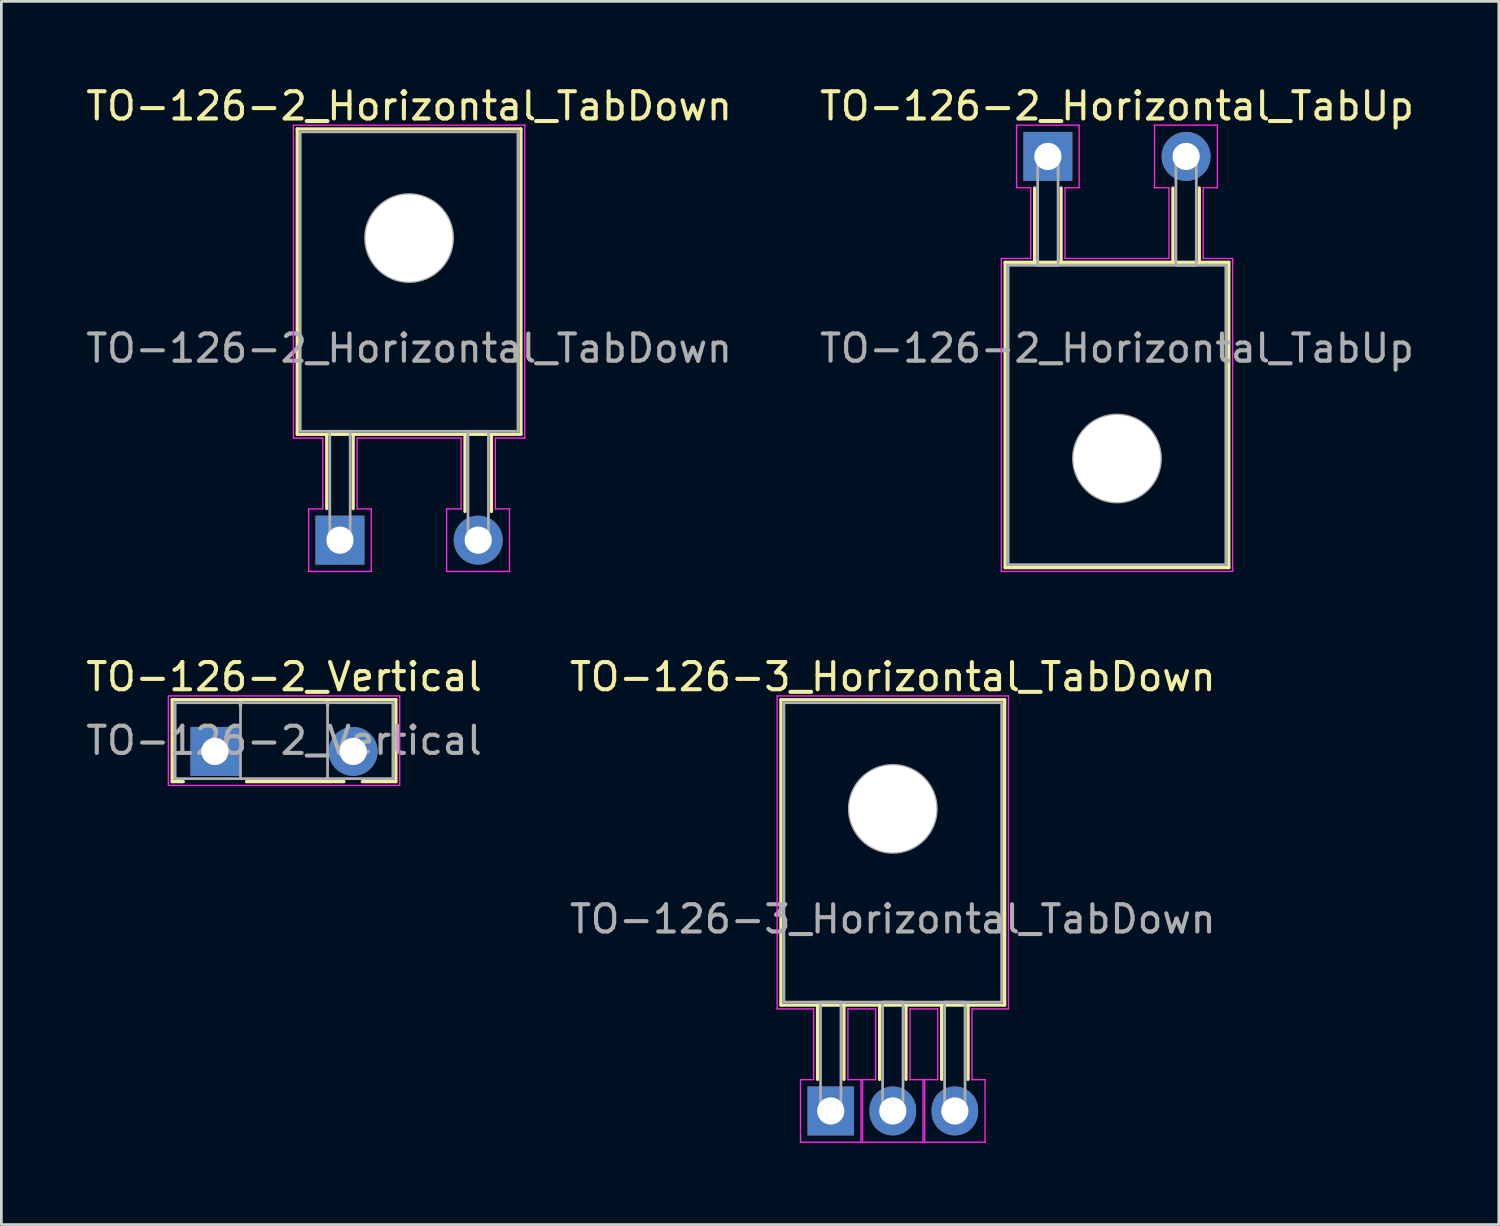
<source format=kicad_pcb>
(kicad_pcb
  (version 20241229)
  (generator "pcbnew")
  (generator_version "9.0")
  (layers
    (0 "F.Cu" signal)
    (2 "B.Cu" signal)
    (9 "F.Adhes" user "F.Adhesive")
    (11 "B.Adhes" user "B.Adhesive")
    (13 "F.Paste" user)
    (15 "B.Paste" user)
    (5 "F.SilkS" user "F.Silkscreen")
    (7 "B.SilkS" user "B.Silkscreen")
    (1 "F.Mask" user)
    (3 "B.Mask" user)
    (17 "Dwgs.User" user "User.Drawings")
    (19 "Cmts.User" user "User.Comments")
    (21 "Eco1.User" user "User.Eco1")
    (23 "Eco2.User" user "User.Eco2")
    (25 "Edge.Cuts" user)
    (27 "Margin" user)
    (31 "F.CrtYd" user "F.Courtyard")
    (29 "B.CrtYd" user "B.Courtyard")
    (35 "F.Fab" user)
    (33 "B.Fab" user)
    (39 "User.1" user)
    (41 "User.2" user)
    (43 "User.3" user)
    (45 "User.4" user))
  (footprint "TO-126-2_Horizontal_TabDown"
    (layer "F.Cu")
    (at 9.442 16.798)
    (property "Reference" "TO-126-2_Horizontal_TabDown" (at 2.54 -15.95 0) (layer "F.SilkS") (effects (font (size 1 1) (thickness 0.15))))
    (attr through_hole)
    (fp_line (start -1.57 -15.11) (end 6.65 -15.11) (stroke (width 0.12) (type solid)) (layer "F.SilkS"))
    (fp_line (start -1.57 -3.89) (end -1.57 -15.11) (stroke (width 0.12) (type solid)) (layer "F.SilkS"))
    (fp_line (start -1.57 -3.89) (end 6.65 -3.89) (stroke (width 0.12) (type solid)) (layer "F.SilkS"))
    (fp_line (start -0.485 -3.89) (end -0.485 -1.16) (stroke (width 0.12) (type solid)) (layer "F.SilkS"))
    (fp_line (start 0.485 -3.89) (end 0.485 -1.16) (stroke (width 0.12) (type solid)) (layer "F.SilkS"))
    (fp_line (start 4.595 -3.89) (end 4.595 -1.054) (stroke (width 0.12) (type solid)) (layer "F.SilkS"))
    (fp_line (start 5.565 -3.89) (end 5.565 -1.054) (stroke (width 0.12) (type solid)) (layer "F.SilkS"))
    (fp_line (start 6.65 -3.89) (end 6.65 -15.11) (stroke (width 0.12) (type solid)) (layer "F.SilkS"))
    (fp_line (start -1.71 -15.25) (end 6.79 -15.25) (stroke (width 0.05) (type solid)) (layer "F.CrtYd"))
    (fp_line (start -1.71 -3.75) (end -1.71 -15.25) (stroke (width 0.05) (type solid)) (layer "F.CrtYd"))
    (fp_line (start -1.15 -1.15) (end -0.63 -1.15) (stroke (width 0.05) (type solid)) (layer "F.CrtYd"))
    (fp_line (start -1.15 1.15) (end -1.15 -1.15) (stroke (width 0.05) (type solid)) (layer "F.CrtYd"))
    (fp_line (start -0.63 -3.75) (end -1.71 -3.75) (stroke (width 0.05) (type solid)) (layer "F.CrtYd"))
    (fp_line (start -0.63 -1.15) (end -0.63 -3.75) (stroke (width 0.05) (type solid)) (layer "F.CrtYd"))
    (fp_line (start 0.63 -3.75) (end 0.63 -1.15) (stroke (width 0.05) (type solid)) (layer "F.CrtYd"))
    (fp_line (start 0.63 -1.15) (end 1.15 -1.15) (stroke (width 0.05) (type solid)) (layer "F.CrtYd"))
    (fp_line (start 1.15 -1.15) (end 1.15 1.15) (stroke (width 0.05) (type solid)) (layer "F.CrtYd"))
    (fp_line (start 1.15 1.15) (end -1.15 1.15) (stroke (width 0.05) (type solid)) (layer "F.CrtYd"))
    (fp_line (start 3.92 -1.15) (end 4.45 -1.15) (stroke (width 0.05) (type solid)) (layer "F.CrtYd"))
    (fp_line (start 3.92 1.15) (end 3.92 -1.15) (stroke (width 0.05) (type solid)) (layer "F.CrtYd"))
    (fp_line (start 4.45 -3.75) (end 0.63 -3.75) (stroke (width 0.05) (type solid)) (layer "F.CrtYd"))
    (fp_line (start 4.45 -1.15) (end 4.45 -3.75) (stroke (width 0.05) (type solid)) (layer "F.CrtYd"))
    (fp_line (start 5.71 -3.75) (end 5.71 -1.15) (stroke (width 0.05) (type solid)) (layer "F.CrtYd"))
    (fp_line (start 5.71 -1.15) (end 6.23 -1.15) (stroke (width 0.05) (type solid)) (layer "F.CrtYd"))
    (fp_line (start 6.23 -1.15) (end 6.23 1.15) (stroke (width 0.05) (type solid)) (layer "F.CrtYd"))
    (fp_line (start 6.23 1.15) (end 3.92 1.15) (stroke (width 0.05) (type solid)) (layer "F.CrtYd"))
    (fp_line (start 6.79 -15.25) (end 6.79 -3.75) (stroke (width 0.05) (type solid)) (layer "F.CrtYd"))
    (fp_line (start 6.79 -3.75) (end 5.71 -3.75) (stroke (width 0.05) (type solid)) (layer "F.CrtYd"))
    (fp_rect (start -1.46 -15) (end 6.54 -4) (stroke (width 0.1) (type solid)) (fill no) (layer "F.Fab"))
    (fp_rect (start -0.375 -4) (end 0.375 0) (stroke (width 0.1) (type solid)) (fill no) (layer "F.Fab"))
    (fp_rect (start 4.705 -4) (end 5.455 0) (stroke (width 0.1) (type solid)) (fill no) (layer "F.Fab"))
    (fp_circle (center 2.54 -11.1) (end 4.14 -11.1) (stroke (width 0.1) (type solid)) (fill no) (layer "F.Fab"))
    (fp_text user "${REFERENCE}" (at 2.54 -7.05 0) (layer "F.Fab") (effects (font (size 1 1) (thickness 0.15))))
    (pad "" np_thru_hole circle (at 2.54 -11.1) (size 3.2 3.2) (drill 3.2) (layers "*.Cu" "*.Mask"))
    (pad "1" thru_hole rect (at 0 0) (size 1.8 1.8) (drill 1) (layers "*.Cu" "*.Mask"))
    (pad "2" thru_hole circle (at 5.08 0) (size 1.8 1.8) (drill 1) (layers "*.Cu" "*.Mask")))
  (footprint "TO-126-3_Horizontal_TabDown"
    (layer "F.Cu")
    (at 27.476 37.772)
    (property "Reference" "TO-126-3_Horizontal_TabDown" (at 2.28 -15.95 0) (layer "F.SilkS") (effects (font (size 1 1) (thickness 0.15))))
    (attr through_hole)
    (fp_line (start -1.83 -15.11) (end 6.39 -15.11) (stroke (width 0.12) (type solid)) (layer "F.SilkS"))
    (fp_line (start -1.83 -3.89) (end -1.83 -15.11) (stroke (width 0.12) (type solid)) (layer "F.SilkS"))
    (fp_line (start -1.83 -3.89) (end 6.39 -3.89) (stroke (width 0.12) (type solid)) (layer "F.SilkS"))
    (fp_line (start -0.485 -3.89) (end -0.485 -1.16) (stroke (width 0.12) (type solid)) (layer "F.SilkS"))
    (fp_line (start 0.485 -3.89) (end 0.485 -1.16) (stroke (width 0.12) (type solid)) (layer "F.SilkS"))
    (fp_line (start 1.795 -3.89) (end 1.795 -1.16) (stroke (width 0.12) (type solid)) (layer "F.SilkS"))
    (fp_line (start 2.765 -3.89) (end 2.765 -1.16) (stroke (width 0.12) (type solid)) (layer "F.SilkS"))
    (fp_line (start 4.075 -3.89) (end 4.075 -1.16) (stroke (width 0.12) (type solid)) (layer "F.SilkS"))
    (fp_line (start 5.045 -3.89) (end 5.045 -1.16) (stroke (width 0.12) (type solid)) (layer "F.SilkS"))
    (fp_line (start 6.39 -3.89) (end 6.39 -15.11) (stroke (width 0.12) (type solid)) (layer "F.SilkS"))
    (fp_line (start -1.97 -15.25) (end 6.53 -15.25) (stroke (width 0.05) (type solid)) (layer "F.CrtYd"))
    (fp_line (start -1.97 -3.75) (end -1.97 -15.25) (stroke (width 0.05) (type solid)) (layer "F.CrtYd"))
    (fp_line (start -1.11 -1.15) (end -0.63 -1.15) (stroke (width 0.05) (type solid)) (layer "F.CrtYd"))
    (fp_line (start -1.11 1.15) (end -1.11 -1.15) (stroke (width 0.05) (type solid)) (layer "F.CrtYd"))
    (fp_line (start -0.63 -3.75) (end -1.97 -3.75) (stroke (width 0.05) (type solid)) (layer "F.CrtYd"))
    (fp_line (start -0.63 -1.15) (end -0.63 -3.75) (stroke (width 0.05) (type solid)) (layer "F.CrtYd"))
    (fp_line (start 0.63 -3.75) (end 0.63 -1.15) (stroke (width 0.05) (type solid)) (layer "F.CrtYd"))
    (fp_line (start 0.63 -1.15) (end 1.11 -1.15) (stroke (width 0.05) (type solid)) (layer "F.CrtYd"))
    (fp_line (start 1.11 -1.15) (end 1.11 1.15) (stroke (width 0.05) (type solid)) (layer "F.CrtYd"))
    (fp_line (start 1.11 1.15) (end -1.11 1.15) (stroke (width 0.05) (type solid)) (layer "F.CrtYd"))
    (fp_line (start 1.17 -1.15) (end 1.65 -1.15) (stroke (width 0.05) (type solid)) (layer "F.CrtYd"))
    (fp_line (start 1.17 1.15) (end 1.17 -1.15) (stroke (width 0.05) (type solid)) (layer "F.CrtYd"))
    (fp_line (start 1.65 -3.75) (end 0.63 -3.75) (stroke (width 0.05) (type solid)) (layer "F.CrtYd"))
    (fp_line (start 1.65 -1.15) (end 1.65 -3.75) (stroke (width 0.05) (type solid)) (layer "F.CrtYd"))
    (fp_line (start 2.91 -3.75) (end 2.91 -1.15) (stroke (width 0.05) (type solid)) (layer "F.CrtYd"))
    (fp_line (start 2.91 -1.15) (end 3.39 -1.15) (stroke (width 0.05) (type solid)) (layer "F.CrtYd"))
    (fp_line (start 3.39 -1.15) (end 3.39 1.15) (stroke (width 0.05) (type solid)) (layer "F.CrtYd"))
    (fp_line (start 3.39 1.15) (end 1.17 1.15) (stroke (width 0.05) (type solid)) (layer "F.CrtYd"))
    (fp_line (start 3.45 -1.15) (end 3.93 -1.15) (stroke (width 0.05) (type solid)) (layer "F.CrtYd"))
    (fp_line (start 3.45 1.15) (end 3.45 -1.15) (stroke (width 0.05) (type solid)) (layer "F.CrtYd"))
    (fp_line (start 3.93 -3.75) (end 2.91 -3.75) (stroke (width 0.05) (type solid)) (layer "F.CrtYd"))
    (fp_line (start 3.93 -1.15) (end 3.93 -3.75) (stroke (width 0.05) (type solid)) (layer "F.CrtYd"))
    (fp_line (start 5.19 -3.75) (end 5.19 -1.15) (stroke (width 0.05) (type solid)) (layer "F.CrtYd"))
    (fp_line (start 5.19 -1.15) (end 5.67 -1.15) (stroke (width 0.05) (type solid)) (layer "F.CrtYd"))
    (fp_line (start 5.67 -1.15) (end 5.67 1.15) (stroke (width 0.05) (type solid)) (layer "F.CrtYd"))
    (fp_line (start 5.67 1.15) (end 3.45 1.15) (stroke (width 0.05) (type solid)) (layer "F.CrtYd"))
    (fp_line (start 6.53 -15.25) (end 6.53 -3.75) (stroke (width 0.05) (type solid)) (layer "F.CrtYd"))
    (fp_line (start 6.53 -3.75) (end 5.19 -3.75) (stroke (width 0.05) (type solid)) (layer "F.CrtYd"))
    (fp_rect (start -1.72 -15) (end 6.28 -4) (stroke (width 0.1) (type solid)) (fill no) (layer "F.Fab"))
    (fp_rect (start -0.375 -4) (end 0.375 0) (stroke (width 0.1) (type solid)) (fill no) (layer "F.Fab"))
    (fp_rect (start 1.905 -4) (end 2.655 0) (stroke (width 0.1) (type solid)) (fill no) (layer "F.Fab"))
    (fp_rect (start 4.185 -4) (end 4.935 0) (stroke (width 0.1) (type solid)) (fill no) (layer "F.Fab"))
    (fp_circle (center 2.28 -11.1) (end 3.88 -11.1) (stroke (width 0.1) (type solid)) (fill no) (layer "F.Fab"))
    (fp_text user "${REFERENCE}" (at 2.28 -7.05 0) (layer "F.Fab") (effects (font (size 1 1) (thickness 0.15))))
    (pad "" np_thru_hole circle (at 2.28 -11.1) (size 3.2 3.2) (drill 3.2) (layers "*.Cu" "*.Mask"))
    (pad "1" thru_hole rect (at 0 0) (size 1.71 1.8) (drill 1) (layers "*.Cu" "*.Mask"))
    (pad "2" thru_hole oval (at 2.28 0) (size 1.71 1.8) (drill 1) (layers "*.Cu" "*.Mask"))
    (pad "3" thru_hole oval (at 4.56 0) (size 1.71 1.8) (drill 1) (layers "*.Cu" "*.Mask")))
  (footprint "TO-126-2_Horizontal_TabUp"
    (layer "F.Cu")
    (at 35.454 2.698)
    (property "Reference" "TO-126-2_Horizontal_TabUp" (at 2.54 -1.85 0) (layer "F.SilkS") (effects (font (size 1 1) (thickness 0.15))))
    (attr through_hole)
    (fp_line (start -1.57 3.89) (end -1.57 15.11) (stroke (width 0.12) (type solid)) (layer "F.SilkS"))
    (fp_line (start -1.57 3.89) (end 6.65 3.89) (stroke (width 0.12) (type solid)) (layer "F.SilkS"))
    (fp_line (start -1.57 15.11) (end 6.65 15.11) (stroke (width 0.12) (type solid)) (layer "F.SilkS"))
    (fp_line (start -0.485 3.89) (end -0.485 1.16) (stroke (width 0.12) (type solid)) (layer "F.SilkS"))
    (fp_line (start 0.485 3.89) (end 0.485 1.16) (stroke (width 0.12) (type solid)) (layer "F.SilkS"))
    (fp_line (start 4.595 3.89) (end 4.595 1.16) (stroke (width 0.12) (type solid)) (layer "F.SilkS"))
    (fp_line (start 5.565 3.89) (end 5.565 1.16) (stroke (width 0.12) (type solid)) (layer "F.SilkS"))
    (fp_line (start 6.65 3.89) (end 6.65 15.11) (stroke (width 0.12) (type solid)) (layer "F.SilkS"))
    (fp_line (start -1.71 3.75) (end -0.63 3.75) (stroke (width 0.05) (type solid)) (layer "F.CrtYd"))
    (fp_line (start -1.71 15.25) (end -1.71 3.75) (stroke (width 0.05) (type solid)) (layer "F.CrtYd"))
    (fp_line (start -1.15 -1.15) (end 1.15 -1.15) (stroke (width 0.05) (type solid)) (layer "F.CrtYd"))
    (fp_line (start -1.15 1.15) (end -1.15 -1.15) (stroke (width 0.05) (type solid)) (layer "F.CrtYd"))
    (fp_line (start -0.63 1.15) (end -1.15 1.15) (stroke (width 0.05) (type solid)) (layer "F.CrtYd"))
    (fp_line (start -0.63 3.75) (end -0.63 1.15) (stroke (width 0.05) (type solid)) (layer "F.CrtYd"))
    (fp_line (start 0.63 1.15) (end 0.63 3.75) (stroke (width 0.05) (type solid)) (layer "F.CrtYd"))
    (fp_line (start 0.63 3.75) (end 4.45 3.75) (stroke (width 0.05) (type solid)) (layer "F.CrtYd"))
    (fp_line (start 1.15 -1.15) (end 1.15 1.15) (stroke (width 0.05) (type solid)) (layer "F.CrtYd"))
    (fp_line (start 1.15 1.15) (end 0.63 1.15) (stroke (width 0.05) (type solid)) (layer "F.CrtYd"))
    (fp_line (start 3.92 -1.15) (end 6.23 -1.15) (stroke (width 0.05) (type solid)) (layer "F.CrtYd"))
    (fp_line (start 3.92 1.15) (end 3.92 -1.15) (stroke (width 0.05) (type solid)) (layer "F.CrtYd"))
    (fp_line (start 4.45 1.15) (end 3.92 1.15) (stroke (width 0.05) (type solid)) (layer "F.CrtYd"))
    (fp_line (start 4.45 3.75) (end 4.45 1.15) (stroke (width 0.05) (type solid)) (layer "F.CrtYd"))
    (fp_line (start 5.71 1.15) (end 5.71 3.75) (stroke (width 0.05) (type solid)) (layer "F.CrtYd"))
    (fp_line (start 5.71 3.75) (end 6.79 3.75) (stroke (width 0.05) (type solid)) (layer "F.CrtYd"))
    (fp_line (start 6.23 -1.15) (end 6.23 1.15) (stroke (width 0.05) (type solid)) (layer "F.CrtYd"))
    (fp_line (start 6.23 1.15) (end 5.71 1.15) (stroke (width 0.05) (type solid)) (layer "F.CrtYd"))
    (fp_line (start 6.79 3.75) (end 6.79 15.25) (stroke (width 0.05) (type solid)) (layer "F.CrtYd"))
    (fp_line (start 6.79 15.25) (end -1.71 15.25) (stroke (width 0.05) (type solid)) (layer "F.CrtYd"))
    (fp_rect (start -1.46 4) (end 6.54 15) (stroke (width 0.1) (type solid)) (fill no) (layer "F.Fab"))
    (fp_rect (start -0.375 0) (end 0.375 4) (stroke (width 0.1) (type solid)) (fill no) (layer "F.Fab"))
    (fp_rect (start 4.705 0) (end 5.455 4) (stroke (width 0.1) (type solid)) (fill no) (layer "F.Fab"))
    (fp_circle (center 2.54 11.1) (end 4.14 11.1) (stroke (width 0.1) (type solid)) (fill no) (layer "F.Fab"))
    (fp_text user "${REFERENCE}" (at 2.54 7.05 0) (layer "F.Fab") (effects (font (size 1 1) (thickness 0.15))))
    (pad "" np_thru_hole circle (at 2.54 11.1) (size 3.2 3.2) (drill 3.2) (layers "*.Cu" "*.Mask"))
    (pad "1" thru_hole rect (at 0 0) (size 1.8 1.8) (drill 1) (layers "*.Cu" "*.Mask"))
    (pad "2" thru_hole circle (at 5.08 0) (size 1.8 1.8) (drill 1) (layers "*.Cu" "*.Mask")))
  (footprint "TO-126-2_Vertical"
    (layer "F.Cu")
    (at 4.847 24.561)
    (property "Reference" "TO-126-2_Vertical" (at 2.54 -2.74 0) (layer "F.SilkS") (effects (font (size 1 1) (thickness 0.15))))
    (attr through_hole)
    (fp_line (start -1.57 -1.9) (end 6.65 -1.9) (stroke (width 0.12) (type solid)) (layer "F.SilkS"))
    (fp_line (start -1.57 1.11) (end -1.57 -1.9) (stroke (width 0.12) (type solid)) (layer "F.SilkS"))
    (fp_line (start -1.16 1.11) (end -1.57 1.11) (stroke (width 0.12) (type solid)) (layer "F.SilkS"))
    (fp_line (start 0.94 -1.9) (end 0.94 -1.68) (stroke (width 0.12) (type solid)) (layer "F.SilkS"))
    (fp_line (start 4.14 -1.9) (end 4.14 -1.68) (stroke (width 0.12) (type solid)) (layer "F.SilkS"))
    (fp_line (start 4.743 1.11) (end 1.16 1.11) (stroke (width 0.12) (type solid)) (layer "F.SilkS"))
    (fp_line (start 6.65 -1.9) (end 6.65 1.11) (stroke (width 0.12) (type solid)) (layer "F.SilkS"))
    (fp_line (start 6.65 1.11) (end 5.417 1.11) (stroke (width 0.12) (type solid)) (layer "F.SilkS"))
    (fp_rect (start -1.71 -2.04) (end 6.79 1.25) (stroke (width 0.05) (type solid)) (fill no) (layer "F.CrtYd"))
    (fp_line (start 0.94 -1.79) (end 0.94 1) (stroke (width 0.1) (type solid)) (layer "F.Fab"))
    (fp_line (start 4.14 -1.79) (end 4.14 1) (stroke (width 0.1) (type solid)) (layer "F.Fab"))
    (fp_rect (start -1.46 -1.79) (end 6.54 1) (stroke (width 0.1) (type solid)) (fill no) (layer "F.Fab"))
    (fp_text user "${REFERENCE}" (at 2.54 -0.4 0) (layer "F.Fab") (effects (font (size 1 1) (thickness 0.15))))
    (pad "1" thru_hole rect (at 0 0) (size 1.8 1.8) (drill 1) (layers "*.Cu" "*.Mask"))
    (pad "2" thru_hole circle (at 5.08 0) (size 1.8 1.8) (drill 1) (layers "*.Cu" "*.Mask")))
  (gr_rect
    (start -3 -3)
    (end 52.024 41.947)
    (stroke (width 0.1) (type default))
    (fill no)
    (layer "Edge.Cuts")))
</source>
